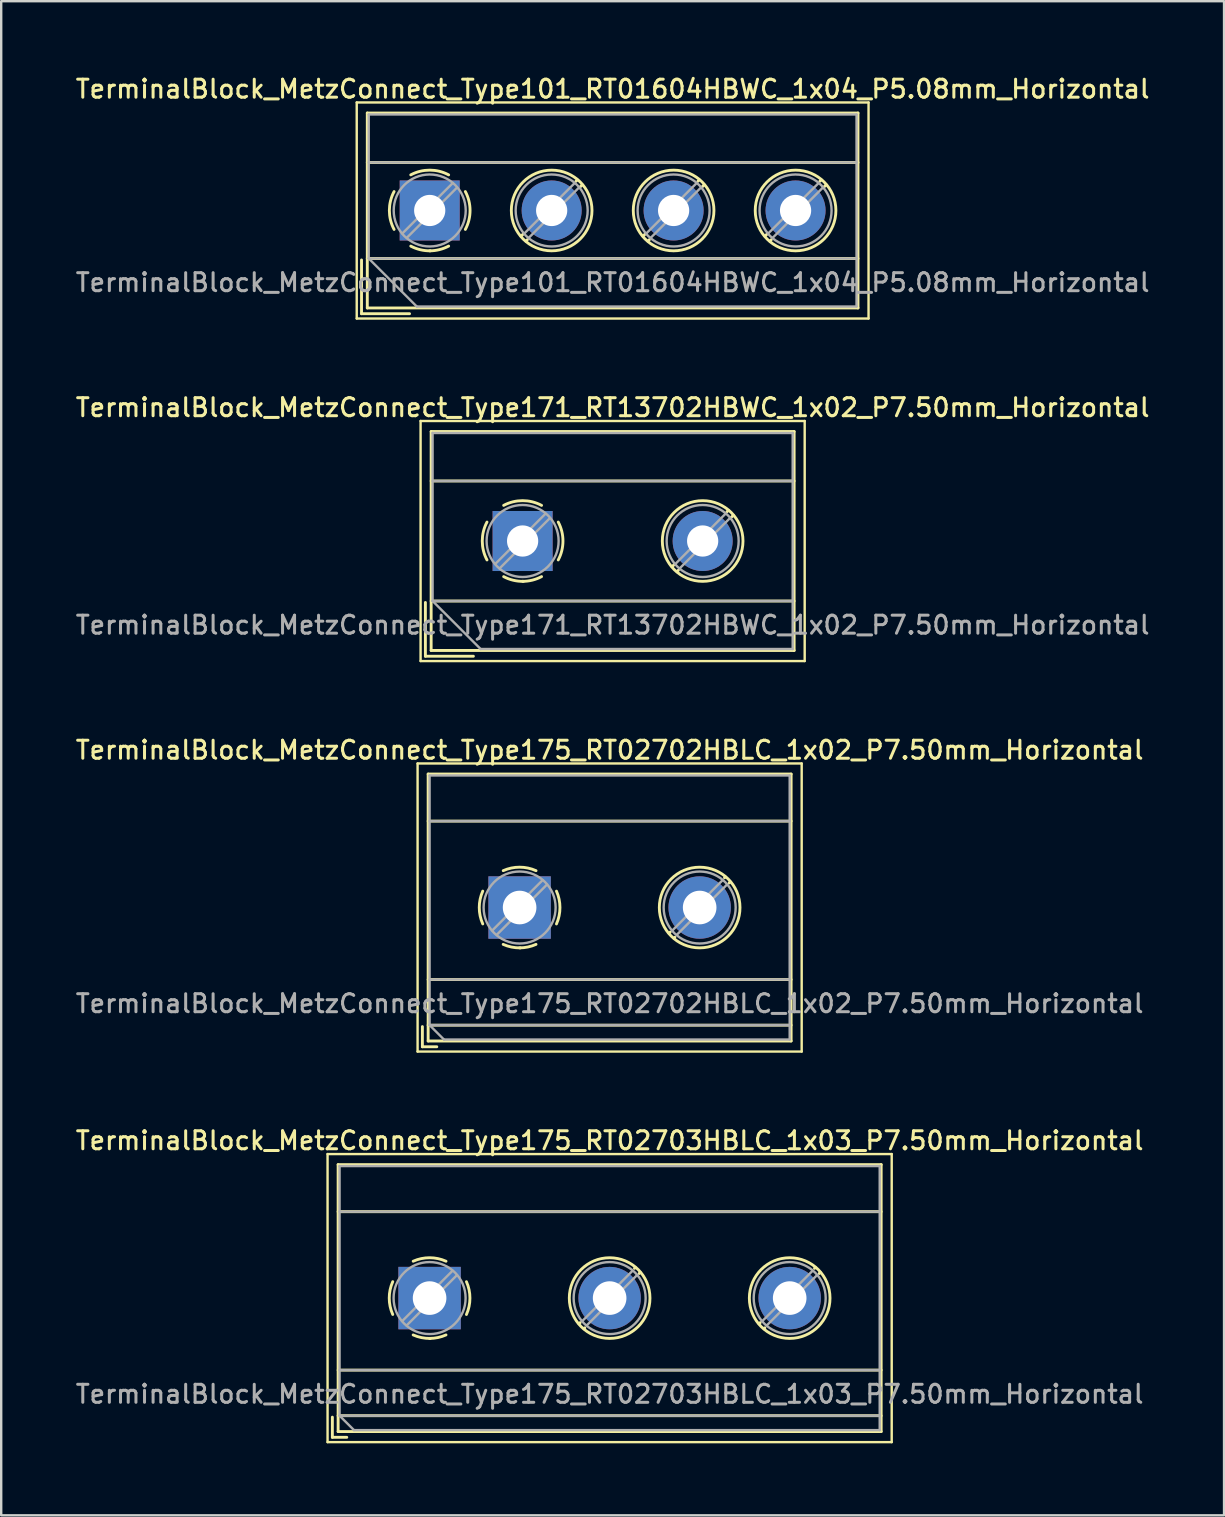
<source format=kicad_pcb>
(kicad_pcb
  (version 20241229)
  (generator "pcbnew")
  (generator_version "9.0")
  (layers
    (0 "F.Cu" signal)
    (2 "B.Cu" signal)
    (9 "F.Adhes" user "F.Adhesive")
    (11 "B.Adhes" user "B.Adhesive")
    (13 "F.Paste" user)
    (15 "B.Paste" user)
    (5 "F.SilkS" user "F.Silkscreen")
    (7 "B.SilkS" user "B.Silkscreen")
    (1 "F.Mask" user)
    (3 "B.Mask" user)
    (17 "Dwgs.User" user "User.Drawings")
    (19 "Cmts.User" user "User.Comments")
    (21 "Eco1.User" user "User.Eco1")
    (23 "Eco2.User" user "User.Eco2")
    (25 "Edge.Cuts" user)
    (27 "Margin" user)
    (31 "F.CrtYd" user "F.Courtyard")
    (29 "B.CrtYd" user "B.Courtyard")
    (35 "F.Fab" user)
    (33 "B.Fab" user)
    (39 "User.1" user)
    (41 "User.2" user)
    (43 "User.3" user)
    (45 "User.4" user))
  (footprint "TerminalBlock_MetzConnect_Type101_RT01604HBWC_1x04_P5.08mm_Horizontal"
    (layer "F.Cu")
    (at 14.85 5.718)
    (property "Reference" "TerminalBlock_MetzConnect_Type101_RT01604HBWC_1x04_P5.08mm_Horizontal" (at 7.62 -5.06 0) (layer "F.SilkS") (effects (font (size 0.75 0.75) (thickness 0.125))))
    (attr through_hole)
    (fp_line (start -3.04 -4.5) (end -3.04 4.5) (stroke (width 0.1) (type solid)) (layer "F.SilkS"))
    (fp_line (start -3.04 4.5) (end 18.28 4.5) (stroke (width 0.1) (type solid)) (layer "F.SilkS"))
    (fp_line (start -2.84 2.06) (end -2.84 4.3) (stroke (width 0.12) (type solid)) (layer "F.SilkS"))
    (fp_line (start -2.84 4.3) (end -0.84 4.3) (stroke (width 0.12) (type solid)) (layer "F.SilkS"))
    (fp_line (start -2.6 -4.06) (end -2.6 4.06) (stroke (width 0.12) (type solid)) (layer "F.SilkS"))
    (fp_line (start -2.6 -4.06) (end 17.84 -4.06) (stroke (width 0.12) (type solid)) (layer "F.SilkS"))
    (fp_line (start -2.6 -2) (end 17.84 -2) (stroke (width 0.12) (type solid)) (layer "F.SilkS"))
    (fp_line (start -2.6 2) (end 17.84 2) (stroke (width 0.12) (type solid)) (layer "F.SilkS"))
    (fp_line (start -2.6 4.06) (end 17.84 4.06) (stroke (width 0.12) (type solid)) (layer "F.SilkS"))
    (fp_line (start 3.9 0.976) (end 3.806 1.069) (stroke (width 0.12) (type solid)) (layer "F.SilkS"))
    (fp_line (start 4.07 1.216) (end 4.011 1.274) (stroke (width 0.12) (type solid)) (layer "F.SilkS"))
    (fp_line (start 6.15 -1.275) (end 6.091 -1.216) (stroke (width 0.12) (type solid)) (layer "F.SilkS"))
    (fp_line (start 6.355 -1.069) (end 6.261 -0.976) (stroke (width 0.12) (type solid)) (layer "F.SilkS"))
    (fp_line (start 8.98 0.976) (end 8.886 1.069) (stroke (width 0.12) (type solid)) (layer "F.SilkS"))
    (fp_line (start 9.15 1.216) (end 9.091 1.274) (stroke (width 0.12) (type solid)) (layer "F.SilkS"))
    (fp_line (start 11.23 -1.275) (end 11.171 -1.216) (stroke (width 0.12) (type solid)) (layer "F.SilkS"))
    (fp_line (start 11.435 -1.069) (end 11.341 -0.976) (stroke (width 0.12) (type solid)) (layer "F.SilkS"))
    (fp_line (start 14.06 0.976) (end 13.966 1.069) (stroke (width 0.12) (type solid)) (layer "F.SilkS"))
    (fp_line (start 14.23 1.216) (end 14.171 1.274) (stroke (width 0.12) (type solid)) (layer "F.SilkS"))
    (fp_line (start 16.31 -1.275) (end 16.251 -1.216) (stroke (width 0.12) (type solid)) (layer "F.SilkS"))
    (fp_line (start 16.515 -1.069) (end 16.421 -0.976) (stroke (width 0.12) (type solid)) (layer "F.SilkS"))
    (fp_line (start 17.84 -4.06) (end 17.84 4.06) (stroke (width 0.12) (type solid)) (layer "F.SilkS"))
    (fp_line (start 18.28 -4.5) (end -3.04 -4.5) (stroke (width 0.1) (type solid)) (layer "F.SilkS"))
    (fp_line (start 18.28 4.5) (end 18.28 -4.5) (stroke (width 0.1) (type solid)) (layer "F.SilkS"))
    (fp_arc (start -1.483953 0.789089) (mid -1.680708 0.00005) (end -1.484 -0.789) (stroke (width 0.12) (type solid)) (layer "F.SilkS"))
    (fp_arc (start -0.789089 -1.483953) (mid -0.00005 -1.680708) (end 0.789 -1.484) (stroke (width 0.12) (type solid)) (layer "F.SilkS"))
    (fp_arc (start 0.029383 1.68045) (mid -0.392304 1.634281) (end -0.789 1.484) (stroke (width 0.12) (type solid)) (layer "F.SilkS"))
    (fp_arc (start 0.788712 1.483352) (mid 0.406429 1.630097) (end 0 1.68) (stroke (width 0.12) (type solid)) (layer "F.SilkS"))
    (fp_arc (start 1.483953 -0.789089) (mid 1.680708 -0.00005) (end 1.484 0.789) (stroke (width 0.12) (type solid)) (layer "F.SilkS"))
    (fp_circle (center 5.08 0) (end 6.76 0) (stroke (width 0.12) (type solid)) (fill no) (layer "F.SilkS"))
    (fp_circle (center 10.16 0) (end 11.84 0) (stroke (width 0.12) (type solid)) (fill no) (layer "F.SilkS"))
    (fp_circle (center 15.24 0) (end 16.92 0) (stroke (width 0.12) (type solid)) (fill no) (layer "F.SilkS"))
    (fp_line (start -2.54 -4) (end 17.78 -4) (stroke (width 0.1) (type solid)) (layer "F.Fab"))
    (fp_line (start -2.54 -2) (end 17.78 -2) (stroke (width 0.1) (type solid)) (layer "F.Fab"))
    (fp_line (start -2.54 2) (end -2.54 -4) (stroke (width 0.1) (type solid)) (layer "F.Fab"))
    (fp_line (start -2.54 2) (end 17.78 2) (stroke (width 0.1) (type solid)) (layer "F.Fab"))
    (fp_line (start -0.54 4) (end -2.54 2) (stroke (width 0.1) (type solid)) (layer "F.Fab"))
    (fp_line (start 0.955 -1.138) (end -1.138 0.955) (stroke (width 0.1) (type solid)) (layer "F.Fab"))
    (fp_line (start 1.138 -0.955) (end -0.955 1.138) (stroke (width 0.1) (type solid)) (layer "F.Fab"))
    (fp_line (start 6.035 -1.138) (end 3.943 0.955) (stroke (width 0.1) (type solid)) (layer "F.Fab"))
    (fp_line (start 6.218 -0.955) (end 4.126 1.138) (stroke (width 0.1) (type solid)) (layer "F.Fab"))
    (fp_line (start 11.115 -1.138) (end 9.023 0.955) (stroke (width 0.1) (type solid)) (layer "F.Fab"))
    (fp_line (start 11.298 -0.955) (end 9.206 1.138) (stroke (width 0.1) (type solid)) (layer "F.Fab"))
    (fp_line (start 16.195 -1.138) (end 14.103 0.955) (stroke (width 0.1) (type solid)) (layer "F.Fab"))
    (fp_line (start 16.378 -0.955) (end 14.286 1.138) (stroke (width 0.1) (type solid)) (layer "F.Fab"))
    (fp_line (start 17.78 -4) (end 17.78 4) (stroke (width 0.1) (type solid)) (layer "F.Fab"))
    (fp_line (start 17.78 4) (end -0.54 4) (stroke (width 0.1) (type solid)) (layer "F.Fab"))
    (fp_circle (center 0 0) (end 1.5 0) (stroke (width 0.1) (type solid)) (fill no) (layer "F.Fab"))
    (fp_circle (center 5.08 0) (end 6.58 0) (stroke (width 0.1) (type solid)) (fill no) (layer "F.Fab"))
    (fp_circle (center 10.16 0) (end 11.66 0) (stroke (width 0.1) (type solid)) (fill no) (layer "F.Fab"))
    (fp_circle (center 15.24 0) (end 16.74 0) (stroke (width 0.1) (type solid)) (fill no) (layer "F.Fab"))
    (fp_text user "${REFERENCE}" (at 7.62 3 0) (layer "F.Fab") (effects (font (size 0.75 0.75) (thickness 0.125))))
    (pad "1" thru_hole rect (at 0 0) (size 2.5 2.5) (drill 1.3) (layers "*.Cu" "*.Mask"))
    (pad "2" thru_hole circle (at 5.08 0) (size 2.5 2.5) (drill 1.3) (layers "*.Cu" "*.Mask"))
    (pad "3" thru_hole circle (at 10.16 0) (size 2.5 2.5) (drill 1.3) (layers "*.Cu" "*.Mask"))
    (pad "4" thru_hole circle (at 15.24 0) (size 2.5 2.5) (drill 1.3) (layers "*.Cu" "*.Mask")))
  (footprint "TerminalBlock_MetzConnect_Type171_RT13702HBWC_1x02_P7.50mm_Horizontal"
    (layer "F.Cu")
    (at 18.72 19.486)
    (property "Reference" "TerminalBlock_MetzConnect_Type171_RT13702HBWC_1x02_P7.50mm_Horizontal" (at 3.75 -5.56 0) (layer "F.SilkS") (effects (font (size 0.75 0.75) (thickness 0.125))))
    (attr through_hole)
    (fp_line (start -4.25 -5) (end -4.25 5) (stroke (width 0.1) (type solid)) (layer "F.SilkS"))
    (fp_line (start -4.25 5) (end 11.75 5) (stroke (width 0.1) (type solid)) (layer "F.SilkS"))
    (fp_line (start -4.05 2.56) (end -4.05 4.8) (stroke (width 0.12) (type solid)) (layer "F.SilkS"))
    (fp_line (start -4.05 4.8) (end -2.05 4.8) (stroke (width 0.12) (type solid)) (layer "F.SilkS"))
    (fp_line (start -3.81 -4.56) (end -3.81 4.56) (stroke (width 0.12) (type solid)) (layer "F.SilkS"))
    (fp_line (start -3.81 -4.56) (end 11.31 -4.56) (stroke (width 0.12) (type solid)) (layer "F.SilkS"))
    (fp_line (start -3.81 -2.5) (end 11.31 -2.5) (stroke (width 0.12) (type solid)) (layer "F.SilkS"))
    (fp_line (start -3.81 2.5) (end 11.31 2.5) (stroke (width 0.12) (type solid)) (layer "F.SilkS"))
    (fp_line (start -3.81 4.56) (end 11.31 4.56) (stroke (width 0.12) (type solid)) (layer "F.SilkS"))
    (fp_line (start 6.32 0.976) (end 6.226 1.069) (stroke (width 0.12) (type solid)) (layer "F.SilkS"))
    (fp_line (start 6.49 1.216) (end 6.431 1.274) (stroke (width 0.12) (type solid)) (layer "F.SilkS"))
    (fp_line (start 8.57 -1.275) (end 8.511 -1.216) (stroke (width 0.12) (type solid)) (layer "F.SilkS"))
    (fp_line (start 8.775 -1.069) (end 8.681 -0.976) (stroke (width 0.12) (type solid)) (layer "F.SilkS"))
    (fp_line (start 11.31 -4.56) (end 11.31 4.56) (stroke (width 0.12) (type solid)) (layer "F.SilkS"))
    (fp_line (start 11.75 -5) (end -4.25 -5) (stroke (width 0.1) (type solid)) (layer "F.SilkS"))
    (fp_line (start 11.75 5) (end 11.75 -5) (stroke (width 0.1) (type solid)) (layer "F.SilkS"))
    (fp_arc (start -1.483953 0.789089) (mid -1.680708 0.00005) (end -1.484 -0.789) (stroke (width 0.12) (type solid)) (layer "F.SilkS"))
    (fp_arc (start -0.789089 -1.483953) (mid -0.00005 -1.680708) (end 0.789 -1.484) (stroke (width 0.12) (type solid)) (layer "F.SilkS"))
    (fp_arc (start 0.029383 1.68045) (mid -0.392304 1.634281) (end -0.789 1.484) (stroke (width 0.12) (type solid)) (layer "F.SilkS"))
    (fp_arc (start 0.788712 1.483352) (mid 0.406429 1.630097) (end 0 1.68) (stroke (width 0.12) (type solid)) (layer "F.SilkS"))
    (fp_arc (start 1.483953 -0.789089) (mid 1.680708 -0.00005) (end 1.484 0.789) (stroke (width 0.12) (type solid)) (layer "F.SilkS"))
    (fp_circle (center 7.5 0) (end 9.18 0) (stroke (width 0.12) (type solid)) (fill no) (layer "F.SilkS"))
    (fp_line (start -3.75 -4.5) (end 11.25 -4.5) (stroke (width 0.1) (type solid)) (layer "F.Fab"))
    (fp_line (start -3.75 -2.5) (end 11.25 -2.5) (stroke (width 0.1) (type solid)) (layer "F.Fab"))
    (fp_line (start -3.75 2.5) (end -3.75 -4.5) (stroke (width 0.1) (type solid)) (layer "F.Fab"))
    (fp_line (start -3.75 2.5) (end 11.25 2.5) (stroke (width 0.1) (type solid)) (layer "F.Fab"))
    (fp_line (start -1.75 4.5) (end -3.75 2.5) (stroke (width 0.1) (type solid)) (layer "F.Fab"))
    (fp_line (start 0.955 -1.138) (end -1.138 0.955) (stroke (width 0.1) (type solid)) (layer "F.Fab"))
    (fp_line (start 1.138 -0.955) (end -0.955 1.138) (stroke (width 0.1) (type solid)) (layer "F.Fab"))
    (fp_line (start 8.455 -1.138) (end 6.363 0.955) (stroke (width 0.1) (type solid)) (layer "F.Fab"))
    (fp_line (start 8.638 -0.955) (end 6.546 1.138) (stroke (width 0.1) (type solid)) (layer "F.Fab"))
    (fp_line (start 11.25 -4.5) (end 11.25 4.5) (stroke (width 0.1) (type solid)) (layer "F.Fab"))
    (fp_line (start 11.25 4.5) (end -1.75 4.5) (stroke (width 0.1) (type solid)) (layer "F.Fab"))
    (fp_circle (center 0 0) (end 1.5 0) (stroke (width 0.1) (type solid)) (fill no) (layer "F.Fab"))
    (fp_circle (center 7.5 0) (end 9 0) (stroke (width 0.1) (type solid)) (fill no) (layer "F.Fab"))
    (fp_text user "${REFERENCE}" (at 3.75 3.5 0) (layer "F.Fab") (effects (font (size 0.75 0.75) (thickness 0.125))))
    (pad "1" thru_hole rect (at 0 0) (size 2.5 2.5) (drill 1.3) (layers "*.Cu" "*.Mask"))
    (pad "2" thru_hole circle (at 7.5 0) (size 2.5 2.5) (drill 1.3) (layers "*.Cu" "*.Mask")))
  (footprint "TerminalBlock_MetzConnect_Type175_RT02703HBLC_1x03_P7.50mm_Horizontal"
    (layer "F.Cu")
    (at 14.845 51.023)
    (property "Reference" "TerminalBlock_MetzConnect_Type175_RT02703HBLC_1x03_P7.50mm_Horizontal" (at 7.5 -6.56 0) (layer "F.SilkS") (effects (font (size 0.75 0.75) (thickness 0.125))))
    (attr through_hole)
    (fp_line (start -4.25 -6) (end -4.25 6) (stroke (width 0.1) (type solid)) (layer "F.SilkS"))
    (fp_line (start -4.25 6) (end 19.25 6) (stroke (width 0.1) (type solid)) (layer "F.SilkS"))
    (fp_line (start -4.05 4.96) (end -4.05 5.8) (stroke (width 0.12) (type solid)) (layer "F.SilkS"))
    (fp_line (start -4.05 5.8) (end -3.45 5.8) (stroke (width 0.12) (type solid)) (layer "F.SilkS"))
    (fp_line (start -3.81 -5.56) (end -3.81 5.56) (stroke (width 0.12) (type solid)) (layer "F.SilkS"))
    (fp_line (start -3.81 -5.56) (end 18.811 -5.56) (stroke (width 0.12) (type solid)) (layer "F.SilkS"))
    (fp_line (start -3.81 -3.6) (end 18.811 -3.6) (stroke (width 0.12) (type solid)) (layer "F.SilkS"))
    (fp_line (start -3.81 3) (end 18.811 3) (stroke (width 0.12) (type solid)) (layer "F.SilkS"))
    (fp_line (start -3.81 4.9) (end 18.811 4.9) (stroke (width 0.12) (type solid)) (layer "F.SilkS"))
    (fp_line (start -3.81 5.56) (end 18.811 5.56) (stroke (width 0.12) (type solid)) (layer "F.SilkS"))
    (fp_line (start 6.273 1.023) (end 6.226 1.069) (stroke (width 0.12) (type solid)) (layer "F.SilkS"))
    (fp_line (start 6.466 1.239) (end 6.431 1.274) (stroke (width 0.12) (type solid)) (layer "F.SilkS"))
    (fp_line (start 8.57 -1.275) (end 8.535 -1.239) (stroke (width 0.12) (type solid)) (layer "F.SilkS"))
    (fp_line (start 8.775 -1.069) (end 8.728 -1.023) (stroke (width 0.12) (type solid)) (layer "F.SilkS"))
    (fp_line (start 13.773 1.023) (end 13.726 1.069) (stroke (width 0.12) (type solid)) (layer "F.SilkS"))
    (fp_line (start 13.966 1.239) (end 13.931 1.274) (stroke (width 0.12) (type solid)) (layer "F.SilkS"))
    (fp_line (start 16.07 -1.275) (end 16.035 -1.239) (stroke (width 0.12) (type solid)) (layer "F.SilkS"))
    (fp_line (start 16.275 -1.069) (end 16.228 -1.023) (stroke (width 0.12) (type solid)) (layer "F.SilkS"))
    (fp_line (start 18.811 -5.56) (end 18.811 5.56) (stroke (width 0.12) (type solid)) (layer "F.SilkS"))
    (fp_line (start 19.25 -6) (end -4.25 -6) (stroke (width 0.1) (type solid)) (layer "F.SilkS"))
    (fp_line (start 19.25 6) (end 19.25 -6) (stroke (width 0.1) (type solid)) (layer "F.SilkS"))
    (fp_arc (start -1.535427 0.683042) (mid -1.680501 -0.000524) (end -1.535 -0.684) (stroke (width 0.12) (type solid)) (layer "F.SilkS"))
    (fp_arc (start -0.683042 -1.535427) (mid 0.000524 -1.680501) (end 0.684 -1.535) (stroke (width 0.12) (type solid)) (layer "F.SilkS"))
    (fp_arc (start 0.028805 1.680253) (mid -0.335551 1.646659) (end -0.684 1.535) (stroke (width 0.12) (type solid)) (layer "F.SilkS"))
    (fp_arc (start 0.683318 1.534756) (mid 0.349292 1.643288) (end 0 1.68) (stroke (width 0.12) (type solid)) (layer "F.SilkS"))
    (fp_arc (start 1.535427 -0.683042) (mid 1.680501 0.000524) (end 1.535 0.684) (stroke (width 0.12) (type solid)) (layer "F.SilkS"))
    (fp_circle (center 7.5 0) (end 9.18 0) (stroke (width 0.12) (type solid)) (fill no) (layer "F.SilkS"))
    (fp_circle (center 15 0) (end 16.68 0) (stroke (width 0.12) (type solid)) (fill no) (layer "F.SilkS"))
    (fp_line (start -3.75 -5.5) (end 18.75 -5.5) (stroke (width 0.1) (type solid)) (layer "F.Fab"))
    (fp_line (start -3.75 -3.6) (end 18.75 -3.6) (stroke (width 0.1) (type solid)) (layer "F.Fab"))
    (fp_line (start -3.75 3) (end 18.75 3) (stroke (width 0.1) (type solid)) (layer "F.Fab"))
    (fp_line (start -3.75 4.9) (end -3.75 -5.5) (stroke (width 0.1) (type solid)) (layer "F.Fab"))
    (fp_line (start -3.75 4.9) (end 18.75 4.9) (stroke (width 0.1) (type solid)) (layer "F.Fab"))
    (fp_line (start -3.15 5.5) (end -3.75 4.9) (stroke (width 0.1) (type solid)) (layer "F.Fab"))
    (fp_line (start 0.955 -1.138) (end -1.138 0.955) (stroke (width 0.1) (type solid)) (layer "F.Fab"))
    (fp_line (start 1.138 -0.955) (end -0.955 1.138) (stroke (width 0.1) (type solid)) (layer "F.Fab"))
    (fp_line (start 8.455 -1.138) (end 6.363 0.955) (stroke (width 0.1) (type solid)) (layer "F.Fab"))
    (fp_line (start 8.638 -0.955) (end 6.546 1.138) (stroke (width 0.1) (type solid)) (layer "F.Fab"))
    (fp_line (start 15.955 -1.138) (end 13.863 0.955) (stroke (width 0.1) (type solid)) (layer "F.Fab"))
    (fp_line (start 16.138 -0.955) (end 14.046 1.138) (stroke (width 0.1) (type solid)) (layer "F.Fab"))
    (fp_line (start 18.75 -5.5) (end 18.75 5.5) (stroke (width 0.1) (type solid)) (layer "F.Fab"))
    (fp_line (start 18.75 5.5) (end -3.15 5.5) (stroke (width 0.1) (type solid)) (layer "F.Fab"))
    (fp_circle (center 0 0) (end 1.5 0) (stroke (width 0.1) (type solid)) (fill no) (layer "F.Fab"))
    (fp_circle (center 7.5 0) (end 9 0) (stroke (width 0.1) (type solid)) (fill no) (layer "F.Fab"))
    (fp_circle (center 15 0) (end 16.5 0) (stroke (width 0.1) (type solid)) (fill no) (layer "F.Fab"))
    (fp_text user "${REFERENCE}" (at 7.5 4 0) (layer "F.Fab") (effects (font (size 0.75 0.75) (thickness 0.125))))
    (pad "1" thru_hole rect (at 0 0) (size 2.6 2.6) (drill 1.4) (layers "*.Cu" "*.Mask"))
    (pad "2" thru_hole circle (at 7.5 0) (size 2.6 2.6) (drill 1.4) (layers "*.Cu" "*.Mask"))
    (pad "3" thru_hole circle (at 15 0) (size 2.6 2.6) (drill 1.4) (layers "*.Cu" "*.Mask")))
  (footprint "TerminalBlock_MetzConnect_Type175_RT02702HBLC_1x02_P7.50mm_Horizontal"
    (layer "F.Cu")
    (at 18.595 34.754)
    (property "Reference" "TerminalBlock_MetzConnect_Type175_RT02702HBLC_1x02_P7.50mm_Horizontal" (at 3.75 -6.56 0) (layer "F.SilkS") (effects (font (size 0.75 0.75) (thickness 0.125))))
    (attr through_hole)
    (fp_line (start -4.25 -6) (end -4.25 6) (stroke (width 0.1) (type solid)) (layer "F.SilkS"))
    (fp_line (start -4.25 6) (end 11.75 6) (stroke (width 0.1) (type solid)) (layer "F.SilkS"))
    (fp_line (start -4.05 4.96) (end -4.05 5.8) (stroke (width 0.12) (type solid)) (layer "F.SilkS"))
    (fp_line (start -4.05 5.8) (end -3.45 5.8) (stroke (width 0.12) (type solid)) (layer "F.SilkS"))
    (fp_line (start -3.81 -5.56) (end -3.81 5.56) (stroke (width 0.12) (type solid)) (layer "F.SilkS"))
    (fp_line (start -3.81 -5.56) (end 11.31 -5.56) (stroke (width 0.12) (type solid)) (layer "F.SilkS"))
    (fp_line (start -3.81 -3.6) (end 11.31 -3.6) (stroke (width 0.12) (type solid)) (layer "F.SilkS"))
    (fp_line (start -3.81 3) (end 11.31 3) (stroke (width 0.12) (type solid)) (layer "F.SilkS"))
    (fp_line (start -3.81 4.9) (end 11.31 4.9) (stroke (width 0.12) (type solid)) (layer "F.SilkS"))
    (fp_line (start -3.81 5.56) (end 11.31 5.56) (stroke (width 0.12) (type solid)) (layer "F.SilkS"))
    (fp_line (start 6.273 1.023) (end 6.226 1.069) (stroke (width 0.12) (type solid)) (layer "F.SilkS"))
    (fp_line (start 6.466 1.239) (end 6.431 1.274) (stroke (width 0.12) (type solid)) (layer "F.SilkS"))
    (fp_line (start 8.57 -1.275) (end 8.535 -1.239) (stroke (width 0.12) (type solid)) (layer "F.SilkS"))
    (fp_line (start 8.775 -1.069) (end 8.728 -1.023) (stroke (width 0.12) (type solid)) (layer "F.SilkS"))
    (fp_line (start 11.31 -5.56) (end 11.31 5.56) (stroke (width 0.12) (type solid)) (layer "F.SilkS"))
    (fp_line (start 11.75 -6) (end -4.25 -6) (stroke (width 0.1) (type solid)) (layer "F.SilkS"))
    (fp_line (start 11.75 6) (end 11.75 -6) (stroke (width 0.1) (type solid)) (layer "F.SilkS"))
    (fp_arc (start -1.535427 0.683042) (mid -1.680501 -0.000524) (end -1.535 -0.684) (stroke (width 0.12) (type solid)) (layer "F.SilkS"))
    (fp_arc (start -0.683042 -1.535427) (mid 0.000524 -1.680501) (end 0.684 -1.535) (stroke (width 0.12) (type solid)) (layer "F.SilkS"))
    (fp_arc (start 0.028805 1.680253) (mid -0.335551 1.646659) (end -0.684 1.535) (stroke (width 0.12) (type solid)) (layer "F.SilkS"))
    (fp_arc (start 0.683318 1.534756) (mid 0.349292 1.643288) (end 0 1.68) (stroke (width 0.12) (type solid)) (layer "F.SilkS"))
    (fp_arc (start 1.535427 -0.683042) (mid 1.680501 0.000524) (end 1.535 0.684) (stroke (width 0.12) (type solid)) (layer "F.SilkS"))
    (fp_circle (center 7.5 0) (end 9.18 0) (stroke (width 0.12) (type solid)) (fill no) (layer "F.SilkS"))
    (fp_line (start -3.75 -5.5) (end 11.25 -5.5) (stroke (width 0.1) (type solid)) (layer "F.Fab"))
    (fp_line (start -3.75 -3.6) (end 11.25 -3.6) (stroke (width 0.1) (type solid)) (layer "F.Fab"))
    (fp_line (start -3.75 3) (end 11.25 3) (stroke (width 0.1) (type solid)) (layer "F.Fab"))
    (fp_line (start -3.75 4.9) (end -3.75 -5.5) (stroke (width 0.1) (type solid)) (layer "F.Fab"))
    (fp_line (start -3.75 4.9) (end 11.25 4.9) (stroke (width 0.1) (type solid)) (layer "F.Fab"))
    (fp_line (start -3.15 5.5) (end -3.75 4.9) (stroke (width 0.1) (type solid)) (layer "F.Fab"))
    (fp_line (start 0.955 -1.138) (end -1.138 0.955) (stroke (width 0.1) (type solid)) (layer "F.Fab"))
    (fp_line (start 1.138 -0.955) (end -0.955 1.138) (stroke (width 0.1) (type solid)) (layer "F.Fab"))
    (fp_line (start 8.455 -1.138) (end 6.363 0.955) (stroke (width 0.1) (type solid)) (layer "F.Fab"))
    (fp_line (start 8.638 -0.955) (end 6.546 1.138) (stroke (width 0.1) (type solid)) (layer "F.Fab"))
    (fp_line (start 11.25 -5.5) (end 11.25 5.5) (stroke (width 0.1) (type solid)) (layer "F.Fab"))
    (fp_line (start 11.25 5.5) (end -3.15 5.5) (stroke (width 0.1) (type solid)) (layer "F.Fab"))
    (fp_circle (center 0 0) (end 1.5 0) (stroke (width 0.1) (type solid)) (fill no) (layer "F.Fab"))
    (fp_circle (center 7.5 0) (end 9 0) (stroke (width 0.1) (type solid)) (fill no) (layer "F.Fab"))
    (fp_text user "${REFERENCE}" (at 3.75 4 0) (layer "F.Fab") (effects (font (size 0.75 0.75) (thickness 0.125))))
    (pad "1" thru_hole rect (at 0 0) (size 2.6 2.6) (drill 1.4) (layers "*.Cu" "*.Mask"))
    (pad "2" thru_hole circle (at 7.5 0) (size 2.6 2.6) (drill 1.4) (layers "*.Cu" "*.Mask")))
  (gr_rect
    (start -3 -3)
    (end 47.939 60.072)
    (stroke (width 0.1) (type default))
    (fill no)
    (layer "Edge.Cuts")))
</source>
